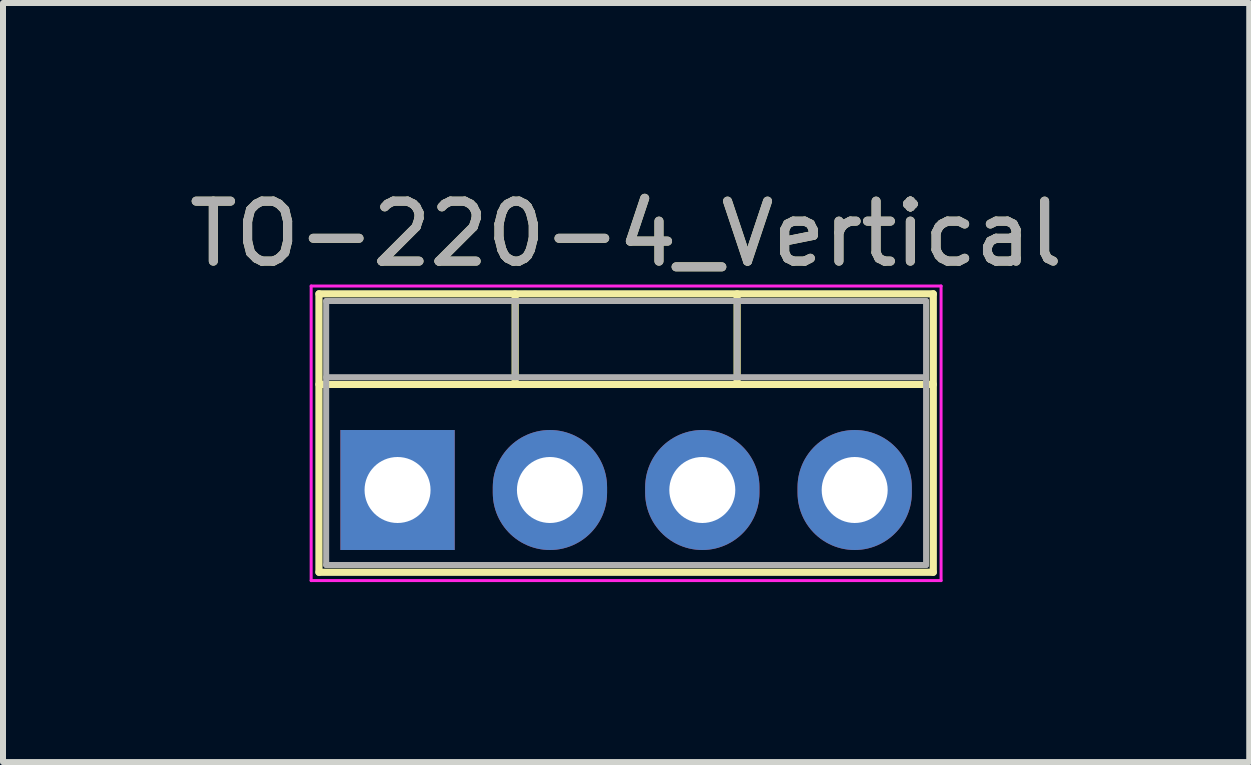
<source format=kicad_pcb>
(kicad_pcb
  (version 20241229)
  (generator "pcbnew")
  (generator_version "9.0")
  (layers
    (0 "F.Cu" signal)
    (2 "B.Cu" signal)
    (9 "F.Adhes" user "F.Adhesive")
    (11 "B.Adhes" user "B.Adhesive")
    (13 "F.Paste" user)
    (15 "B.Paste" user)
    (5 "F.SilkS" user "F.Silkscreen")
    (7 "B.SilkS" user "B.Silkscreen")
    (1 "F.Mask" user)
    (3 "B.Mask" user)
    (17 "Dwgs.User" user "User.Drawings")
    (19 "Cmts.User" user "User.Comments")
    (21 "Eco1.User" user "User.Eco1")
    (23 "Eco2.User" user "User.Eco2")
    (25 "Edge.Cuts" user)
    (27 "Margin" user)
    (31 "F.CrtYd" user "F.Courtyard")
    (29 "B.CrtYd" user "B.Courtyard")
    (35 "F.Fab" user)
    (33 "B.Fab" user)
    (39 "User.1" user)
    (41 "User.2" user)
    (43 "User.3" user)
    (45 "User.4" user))
  (footprint "TO-220-4_Vertical"
    (layer "F.Cu")
    (at 3.577 5.118)
    (property "Reference" "TO-220-4_Vertical" (at 3.81 -4.27 0) (layer "F.SilkS") (effects (font (size 1 1) (thickness 0.15))))
    (attr through_hole)
    (fp_line (start -1.31 -3.27) (end -1.31 1.371) (stroke (width 0.12) (type solid)) (layer "F.SilkS"))
    (fp_line (start -1.31 -3.27) (end 8.93 -3.27) (stroke (width 0.12) (type solid)) (layer "F.SilkS"))
    (fp_line (start -1.31 -1.76) (end 8.93 -1.76) (stroke (width 0.12) (type solid)) (layer "F.SilkS"))
    (fp_line (start -1.31 1.371) (end 8.93 1.371) (stroke (width 0.12) (type solid)) (layer "F.SilkS"))
    (fp_line (start 1.96 -3.27) (end 1.96 -1.76) (stroke (width 0.12) (type solid)) (layer "F.SilkS"))
    (fp_line (start 5.66 -3.27) (end 5.66 -1.76) (stroke (width 0.12) (type solid)) (layer "F.SilkS"))
    (fp_line (start 8.93 -3.27) (end 8.93 1.371) (stroke (width 0.12) (type solid)) (layer "F.SilkS"))
    (fp_line (start -1.44 -3.4) (end -1.44 1.51) (stroke (width 0.05) (type solid)) (layer "F.CrtYd"))
    (fp_line (start -1.44 1.51) (end 9.06 1.51) (stroke (width 0.05) (type solid)) (layer "F.CrtYd"))
    (fp_line (start 9.06 -3.4) (end -1.44 -3.4) (stroke (width 0.05) (type solid)) (layer "F.CrtYd"))
    (fp_line (start 9.06 1.51) (end 9.06 -3.4) (stroke (width 0.05) (type solid)) (layer "F.CrtYd"))
    (fp_line (start -1.19 -3.15) (end -1.19 1.25) (stroke (width 0.1) (type solid)) (layer "F.Fab"))
    (fp_line (start -1.19 -1.88) (end 8.81 -1.88) (stroke (width 0.1) (type solid)) (layer "F.Fab"))
    (fp_line (start -1.19 1.25) (end 8.81 1.25) (stroke (width 0.1) (type solid)) (layer "F.Fab"))
    (fp_line (start 1.96 -3.15) (end 1.96 -1.88) (stroke (width 0.1) (type solid)) (layer "F.Fab"))
    (fp_line (start 5.66 -3.15) (end 5.66 -1.88) (stroke (width 0.1) (type solid)) (layer "F.Fab"))
    (fp_line (start 8.81 -3.15) (end -1.19 -3.15) (stroke (width 0.1) (type solid)) (layer "F.Fab"))
    (fp_line (start 8.81 1.25) (end 8.81 -3.15) (stroke (width 0.1) (type solid)) (layer "F.Fab"))
    (fp_text user "${REFERENCE}" (at 3.81 -4.27 0) (layer "F.Fab") (effects (font (size 1 1) (thickness 0.15))))
    (pad "1" thru_hole rect (at 0 0) (size 1.905 2) (drill 1.1) (layers "*.Cu" "*.Mask"))
    (pad "2" thru_hole oval (at 2.54 0) (size 1.905 2) (drill 1.1) (layers "*.Cu" "*.Mask"))
    (pad "3" thru_hole oval (at 5.08 0) (size 1.905 2) (drill 1.1) (layers "*.Cu" "*.Mask"))
    (pad "4" thru_hole oval (at 7.62 0) (size 1.905 2) (drill 1.1) (layers "*.Cu" "*.Mask")))
  (gr_rect
    (start -3 -3)
    (end 17.774 9.653)
    (stroke (width 0.1) (type default))
    (fill no)
    (layer "Edge.Cuts")))
</source>
